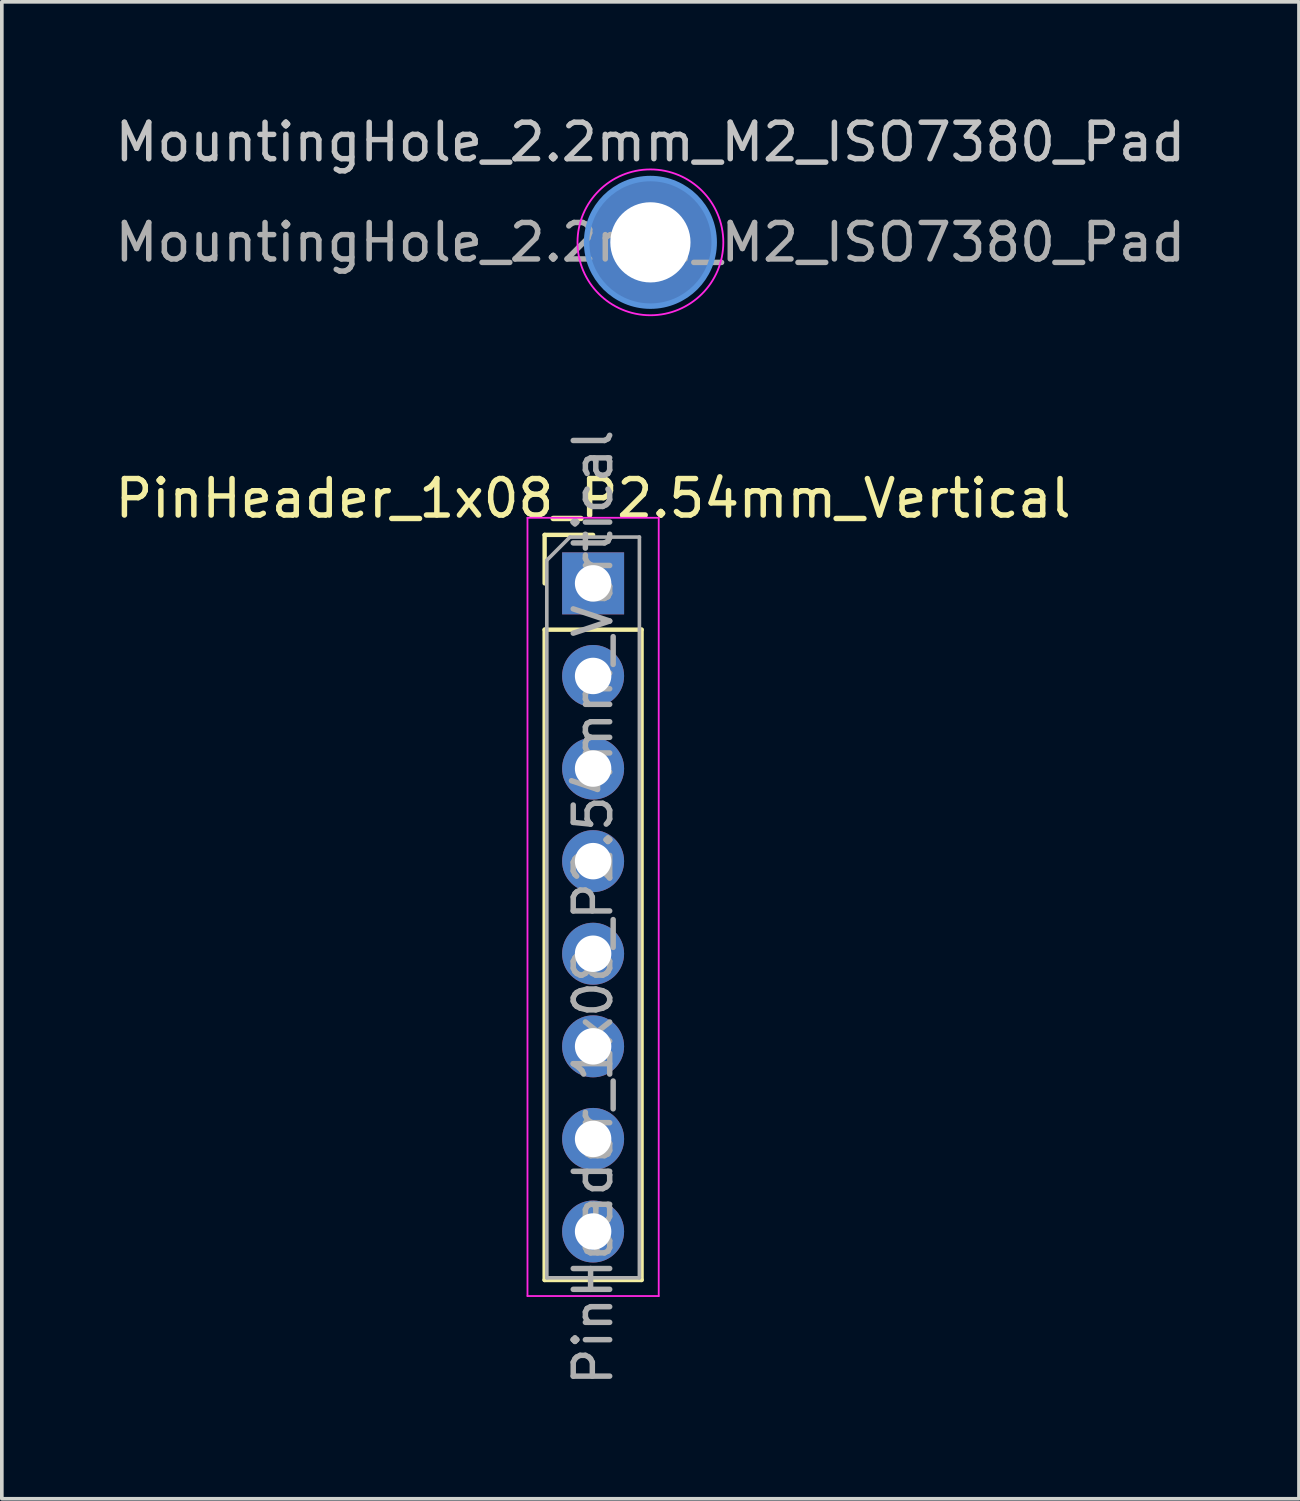
<source format=kicad_pcb>
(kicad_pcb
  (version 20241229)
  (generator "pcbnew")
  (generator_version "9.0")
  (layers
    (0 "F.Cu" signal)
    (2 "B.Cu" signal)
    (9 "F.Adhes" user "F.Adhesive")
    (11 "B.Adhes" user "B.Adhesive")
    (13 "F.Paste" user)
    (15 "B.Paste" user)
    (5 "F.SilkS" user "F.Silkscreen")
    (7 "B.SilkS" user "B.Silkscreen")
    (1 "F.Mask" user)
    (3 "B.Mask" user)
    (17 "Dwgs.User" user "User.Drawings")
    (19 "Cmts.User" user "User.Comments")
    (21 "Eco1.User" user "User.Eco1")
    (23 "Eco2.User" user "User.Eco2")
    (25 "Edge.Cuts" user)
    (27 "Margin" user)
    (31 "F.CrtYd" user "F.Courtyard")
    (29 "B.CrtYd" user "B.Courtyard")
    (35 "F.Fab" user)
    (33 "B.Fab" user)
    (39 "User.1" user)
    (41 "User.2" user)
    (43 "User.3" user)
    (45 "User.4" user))
  (footprint "PinHeader_1x08_P2.54mm_Vertical"
    (layer "F.Cu")
    (at 13.22 12.953)
    (property "Reference" "PinHeader_1x08_P2.54mm_Vertical" (at 0 -2.33 0) (layer "F.SilkS") (effects (font (size 1 1) (thickness 0.15))))
    (attr through_hole)
    (fp_line (start -1.33 -1.33) (end 0 -1.33) (stroke (width 0.12) (type solid)) (layer "F.SilkS"))
    (fp_line (start -1.33 0) (end -1.33 -1.33) (stroke (width 0.12) (type solid)) (layer "F.SilkS"))
    (fp_line (start -1.33 1.27) (end -1.33 19.11) (stroke (width 0.12) (type solid)) (layer "F.SilkS"))
    (fp_line (start -1.33 1.27) (end 1.33 1.27) (stroke (width 0.12) (type solid)) (layer "F.SilkS"))
    (fp_line (start -1.33 19.11) (end 1.33 19.11) (stroke (width 0.12) (type solid)) (layer "F.SilkS"))
    (fp_line (start 1.33 1.27) (end 1.33 19.11) (stroke (width 0.12) (type solid)) (layer "F.SilkS"))
    (fp_line (start -1.8 -1.8) (end -1.8 19.55) (stroke (width 0.05) (type solid)) (layer "F.CrtYd"))
    (fp_line (start -1.8 19.55) (end 1.8 19.55) (stroke (width 0.05) (type solid)) (layer "F.CrtYd"))
    (fp_line (start 1.8 -1.8) (end -1.8 -1.8) (stroke (width 0.05) (type solid)) (layer "F.CrtYd"))
    (fp_line (start 1.8 19.55) (end 1.8 -1.8) (stroke (width 0.05) (type solid)) (layer "F.CrtYd"))
    (fp_line (start -1.27 -0.635) (end -0.635 -1.27) (stroke (width 0.1) (type solid)) (layer "F.Fab"))
    (fp_line (start -1.27 19.05) (end -1.27 -0.635) (stroke (width 0.1) (type solid)) (layer "F.Fab"))
    (fp_line (start -0.635 -1.27) (end 1.27 -1.27) (stroke (width 0.1) (type solid)) (layer "F.Fab"))
    (fp_line (start 1.27 -1.27) (end 1.27 19.05) (stroke (width 0.1) (type solid)) (layer "F.Fab"))
    (fp_line (start 1.27 19.05) (end -1.27 19.05) (stroke (width 0.1) (type solid)) (layer "F.Fab"))
    (fp_text user "${REFERENCE}" (at 0 8.89 90) (layer "F.Fab") (effects (font (size 1 1) (thickness 0.15))))
    (pad "1" thru_hole rect (at 0 0) (size 1.7 1.7) (drill 1) (layers "*.Cu" "*.Mask"))
    (pad "2" thru_hole oval (at 0 2.54) (size 1.7 1.7) (drill 1) (layers "*.Cu" "*.Mask"))
    (pad "3" thru_hole oval (at 0 5.08) (size 1.7 1.7) (drill 1) (layers "*.Cu" "*.Mask"))
    (pad "4" thru_hole oval (at 0 7.62) (size 1.7 1.7) (drill 1) (layers "*.Cu" "*.Mask"))
    (pad "5" thru_hole oval (at 0 10.16) (size 1.7 1.7) (drill 1) (layers "*.Cu" "*.Mask"))
    (pad "6" thru_hole oval (at 0 12.7) (size 1.7 1.7) (drill 1) (layers "*.Cu" "*.Mask"))
    (pad "7" thru_hole oval (at 0 15.24) (size 1.7 1.7) (drill 1) (layers "*.Cu" "*.Mask"))
    (pad "8" thru_hole oval (at 0 17.78) (size 1.7 1.7) (drill 1) (layers "*.Cu" "*.Mask")))
  (footprint "MountingHole_2.2mm_M2_ISO7380_Pad"
    (layer "F.Cu")
    (at 14.792 3.598)
    (property "Reference" "MountingHole_2.2mm_M2_ISO7380_Pad" (at 0 -2.75 0) (layer "Dwgs.User") (effects (font (size 1 1) (thickness 0.15))))
    (attr exclude_from_pos_files exclude_from_bom)
    (fp_circle (center 0 0) (end 1.75 0) (stroke (width 0.15) (type solid)) (fill no) (layer "Cmts.User"))
    (fp_circle (center 0 0) (end 2 0) (stroke (width 0.05) (type solid)) (fill no) (layer "F.CrtYd"))
    (fp_text user "${REFERENCE}" (at 0 0 0) (layer "F.Fab") (effects (font (size 1 1) (thickness 0.15))))
    (pad "" thru_hole circle (at 0 0) (size 3.5 3.5) (drill 2.2) (layers "*.Cu" "*.Mask")))
  (gr_rect
    (start -3 -3)
    (end 32.583 38.064)
    (stroke (width 0.1) (type default))
    (fill no)
    (layer "Edge.Cuts")))
</source>
